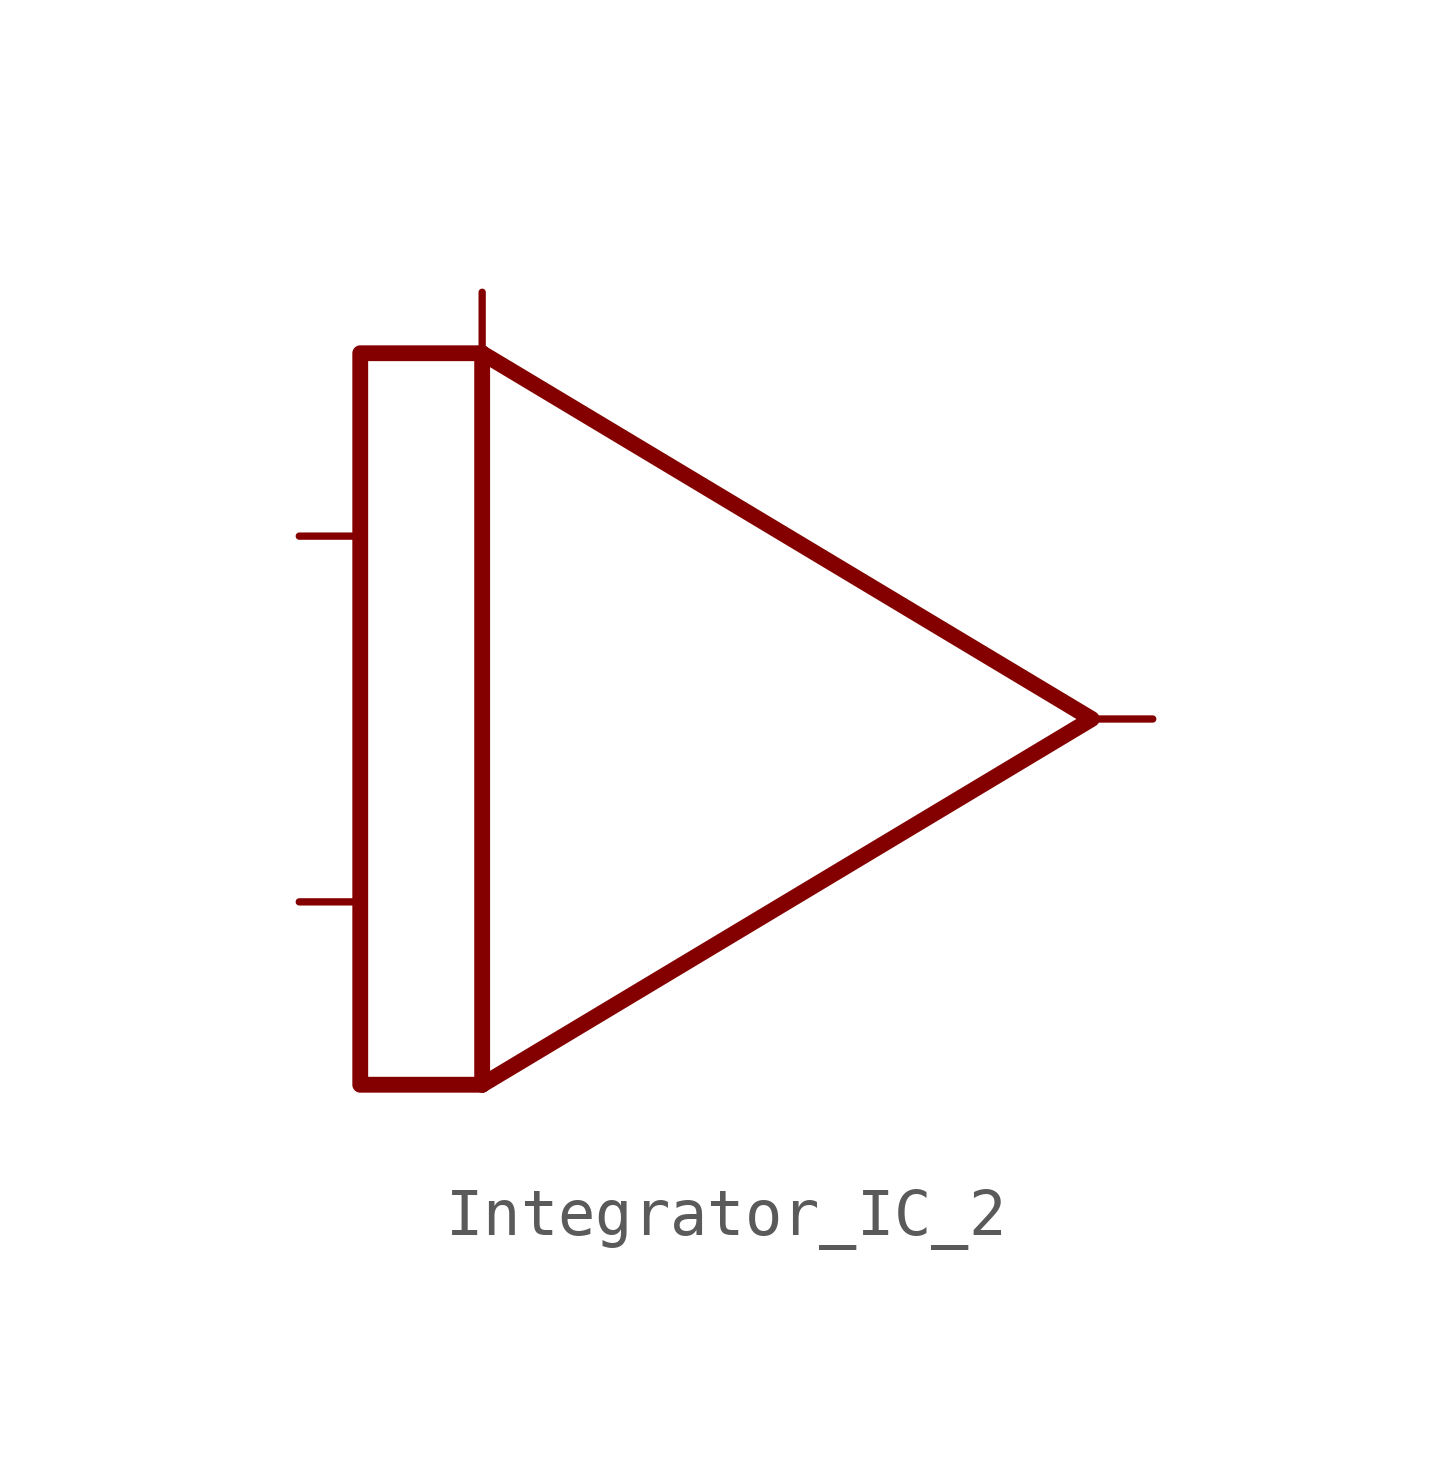
<source format=kicad_sym>
(kicad_symbol_lib
  (version 20211014)
  (generator kicad_symbol_editor)
  (symbol "Integrator_IC_2"
    (property "Reference" "U"
      (at 5.08 15.24 0)
      (effects (font (size 1.27 1.27)) hide))
    (symbol "Integrator_IC_2_0_0"
      (polyline (pts (xy -6.35 7.62) (xy -8.89 7.62) (xy -8.89 -7.62) (xy -6.35 -7.62)) (stroke (width 0.33) (type default) (color 0 0 0 0)) (fill (type none))))
    (symbol "Integrator_IC_2_0_1"
      (polyline (pts (xy -6.35 -7.62) (xy -6.35 7.62)) (stroke (width 0.33) (type default) (color 0 0 0 0)) (fill (type none)))
      (polyline (pts (xy -6.35 7.62) (xy 6.35 0) (xy -6.35 -7.62)) (stroke (width 0.33) (type default) (color 0 0 0 0)) (fill (type none))))
    (symbol "Integrator_IC_2_1_1"
      (pin input line (at -10.16 -3.81 0) (length 1.27) (name "" (effects (font (size 1.27 1.27)))) (number "" (effects (font (size 1.27 1.27)))))
      (pin input line (at -10.16 3.81 0) (length 1.27) (name "" (effects (font (size 1.27 1.27)))) (number "" (effects (font (size 1.27 1.27)))))
      (pin input line (at -6.35 8.89 270) (length 1.27) (name "" (effects (font (size 1.27 1.27)))) (number "" (effects (font (size 1.27 1.27)))))
      (pin output line (at 7.62 0 180) (length 1.27) (name "" (effects (font (size 1.27 1.27)))) (number "" (effects (font (size 1.27 1.27))))))))
</source>
